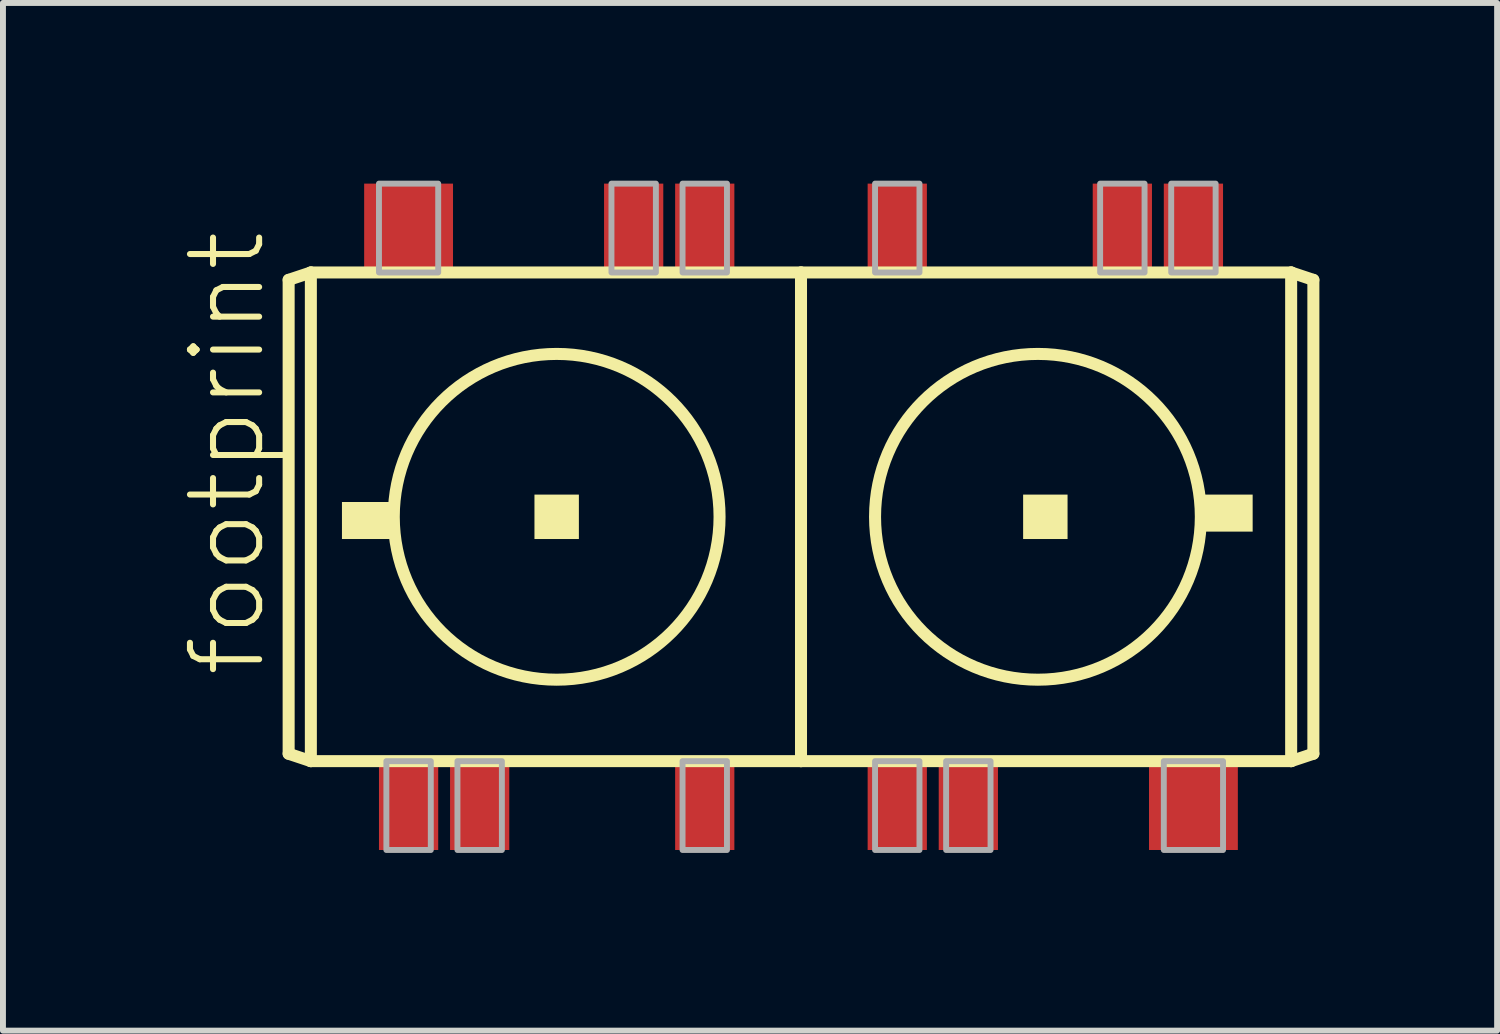
<source format=kicad_pcb>
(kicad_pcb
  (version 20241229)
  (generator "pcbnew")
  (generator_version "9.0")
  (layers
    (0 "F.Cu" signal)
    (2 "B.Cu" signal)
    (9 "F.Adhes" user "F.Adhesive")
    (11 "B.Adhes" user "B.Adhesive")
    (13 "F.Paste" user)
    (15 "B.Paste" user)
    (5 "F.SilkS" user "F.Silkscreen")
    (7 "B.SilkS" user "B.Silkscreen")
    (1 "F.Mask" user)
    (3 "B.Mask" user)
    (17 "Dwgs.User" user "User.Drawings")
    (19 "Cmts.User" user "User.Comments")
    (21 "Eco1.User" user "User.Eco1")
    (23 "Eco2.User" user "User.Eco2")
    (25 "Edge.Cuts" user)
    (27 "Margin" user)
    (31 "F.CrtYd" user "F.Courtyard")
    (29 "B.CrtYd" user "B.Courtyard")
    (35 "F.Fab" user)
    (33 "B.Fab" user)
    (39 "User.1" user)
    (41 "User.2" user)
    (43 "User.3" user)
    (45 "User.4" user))
  (footprint "footprint"
    (layer "F.Cu")
    (at 10.473 5.675)
    (property "Reference" "footprint" (at -9 2.75 90) (layer "F.SilkS") (effects (font (size 1.168 1.168) (thickness 0.102)) (justify left bottom)))
    (fp_line (start -8.65 -4) (end -8.65 4) (stroke (width 0.203) (type solid)) (layer "F.SilkS"))
    (fp_line (start -8.65 4) (end -8.275 4.125) (stroke (width 0.203) (type solid)) (layer "F.SilkS"))
    (fp_line (start -8.275 -4.125) (end -8.65 -4) (stroke (width 0.203) (type solid)) (layer "F.SilkS"))
    (fp_line (start -8.275 -4.125) (end -8.275 4.125) (stroke (width 0.203) (type solid)) (layer "F.SilkS"))
    (fp_line (start -8.275 4.125) (end 0 4.125) (stroke (width 0.203) (type solid)) (layer "F.SilkS"))
    (fp_line (start 0 -4.125) (end -8.275 -4.125) (stroke (width 0.203) (type solid)) (layer "F.SilkS"))
    (fp_line (start 0 -4.125) (end 0 4.125) (stroke (width 0.203) (type solid)) (layer "F.SilkS"))
    (fp_line (start 0 4.125) (end 8.275 4.125) (stroke (width 0.203) (type solid)) (layer "F.SilkS"))
    (fp_line (start 8.275 -4.125) (end 0 -4.125) (stroke (width 0.203) (type solid)) (layer "F.SilkS"))
    (fp_line (start 8.275 4.125) (end 8.275 -4.125) (stroke (width 0.203) (type solid)) (layer "F.SilkS"))
    (fp_line (start 8.275 4.125) (end 8.65 4) (stroke (width 0.203) (type solid)) (layer "F.SilkS"))
    (fp_line (start 8.65 -4) (end 8.275 -4.125) (stroke (width 0.203) (type solid)) (layer "F.SilkS"))
    (fp_line (start 8.65 4) (end 8.65 -4) (stroke (width 0.203) (type solid)) (layer "F.SilkS"))
    (fp_circle (center -4.125 0) (end -1.375 0) (stroke (width 0.203) (type solid)) (fill no) (layer "F.SilkS"))
    (fp_circle (center 4 0) (end 6.75 0) (stroke (width 0.203) (type solid)) (fill no) (layer "F.SilkS"))
    (fp_poly (pts (xy -7.75 0.375) (xy -6.875 0.375) (xy -6.875 -0.25) (xy -7.75 -0.25)) (stroke (width 0) (type solid)) (fill yes) (layer "F.SilkS"))
    (fp_poly (pts (xy -4.5 0.375) (xy -3.75 0.375) (xy -3.75 -0.375) (xy -4.5 -0.375)) (stroke (width 0) (type solid)) (fill yes) (layer "F.SilkS"))
    (fp_poly (pts (xy 3.75 0.375) (xy 4.5 0.375) (xy 4.5 -0.375) (xy 3.75 -0.375)) (stroke (width 0) (type solid)) (fill yes) (layer "F.SilkS"))
    (fp_poly (pts (xy 6.75 0.25) (xy 7.625 0.25) (xy 7.625 -0.375) (xy 6.75 -0.375)) (stroke (width 0) (type solid)) (fill yes) (layer "F.SilkS"))
    (fp_poly (pts (xy -7.125 -4.125) (xy -6.125 -4.125) (xy -6.125 -5.625) (xy -7.125 -5.625)) (stroke (width 0.1) (type solid)) (fill no) (layer "F.Fab"))
    (fp_poly (pts (xy -7 5.625) (xy -6.25 5.625) (xy -6.25 4.125) (xy -7 4.125)) (stroke (width 0.1) (type solid)) (fill no) (layer "F.Fab"))
    (fp_poly (pts (xy -5.8 5.625) (xy -5.05 5.625) (xy -5.05 4.125) (xy -5.8 4.125)) (stroke (width 0.1) (type solid)) (fill no) (layer "F.Fab"))
    (fp_poly (pts (xy -3.2 -4.125) (xy -2.45 -4.125) (xy -2.45 -5.625) (xy -3.2 -5.625)) (stroke (width 0.1) (type solid)) (fill no) (layer "F.Fab"))
    (fp_poly (pts (xy -2 -4.125) (xy -1.25 -4.125) (xy -1.25 -5.625) (xy -2 -5.625)) (stroke (width 0.1) (type solid)) (fill no) (layer "F.Fab"))
    (fp_poly (pts (xy -2 5.625) (xy -1.25 5.625) (xy -1.25 4.125) (xy -2 4.125)) (stroke (width 0.1) (type solid)) (fill no) (layer "F.Fab"))
    (fp_poly (pts (xy 1.25 -4.125) (xy 2 -4.125) (xy 2 -5.625) (xy 1.25 -5.625)) (stroke (width 0.1) (type solid)) (fill no) (layer "F.Fab"))
    (fp_poly (pts (xy 1.25 5.625) (xy 2 5.625) (xy 2 4.125) (xy 1.25 4.125)) (stroke (width 0.1) (type solid)) (fill no) (layer "F.Fab"))
    (fp_poly (pts (xy 2.45 5.625) (xy 3.2 5.625) (xy 3.2 4.125) (xy 2.45 4.125)) (stroke (width 0.1) (type solid)) (fill no) (layer "F.Fab"))
    (fp_poly (pts (xy 5.05 -4.125) (xy 5.8 -4.125) (xy 5.8 -5.625) (xy 5.05 -5.625)) (stroke (width 0.1) (type solid)) (fill no) (layer "F.Fab"))
    (fp_poly (pts (xy 6.125 5.625) (xy 7.125 5.625) (xy 7.125 4.125) (xy 6.125 4.125)) (stroke (width 0.1) (type solid)) (fill no) (layer "F.Fab"))
    (fp_poly (pts (xy 6.25 -4.125) (xy 7 -4.125) (xy 7 -5.625) (xy 6.25 -5.625)) (stroke (width 0.1) (type solid)) (fill no) (layer "F.Fab"))
    (pad "1" smd rect (at -6.625 -4.875) (size 1.5 1.5) (layers "F.Cu" "F.Mask" "F.Paste"))
    (pad "2" smd rect (at -2.825 -4.875) (size 1 1.5) (layers "F.Cu" "F.Mask" "F.Paste"))
    (pad "3" smd rect (at -1.625 -4.875) (size 1 1.5) (layers "F.Cu" "F.Mask" "F.Paste"))
    (pad "4" smd rect (at 1.625 -4.875) (size 1 1.5) (layers "F.Cu" "F.Mask" "F.Paste"))
    (pad "5" smd rect (at 5.425 -4.875) (size 1 1.5) (layers "F.Cu" "F.Mask" "F.Paste"))
    (pad "6" smd rect (at 6.625 -4.875) (size 1 1.5) (layers "F.Cu" "F.Mask" "F.Paste"))
    (pad "7" smd rect (at 6.625 4.875) (size 1.5 1.5) (layers "F.Cu" "F.Mask" "F.Paste"))
    (pad "8" smd rect (at 2.825 4.875) (size 1 1.5) (layers "F.Cu" "F.Mask" "F.Paste"))
    (pad "9" smd rect (at 1.625 4.875) (size 1 1.5) (layers "F.Cu" "F.Mask" "F.Paste"))
    (pad "10" smd rect (at -1.625 4.875) (size 1 1.5) (layers "F.Cu" "F.Mask" "F.Paste"))
    (pad "11" smd rect (at -5.425 4.875) (size 1 1.5) (layers "F.Cu" "F.Mask" "F.Paste"))
    (pad "12" smd rect (at -6.625 4.875) (size 1 1.5) (layers "F.Cu" "F.Mask" "F.Paste")))
  (gr_rect
    (start -3 -3)
    (end 22.225 14.35)
    (stroke (width 0.1) (type default))
    (fill no)
    (layer "Edge.Cuts")))
</source>
